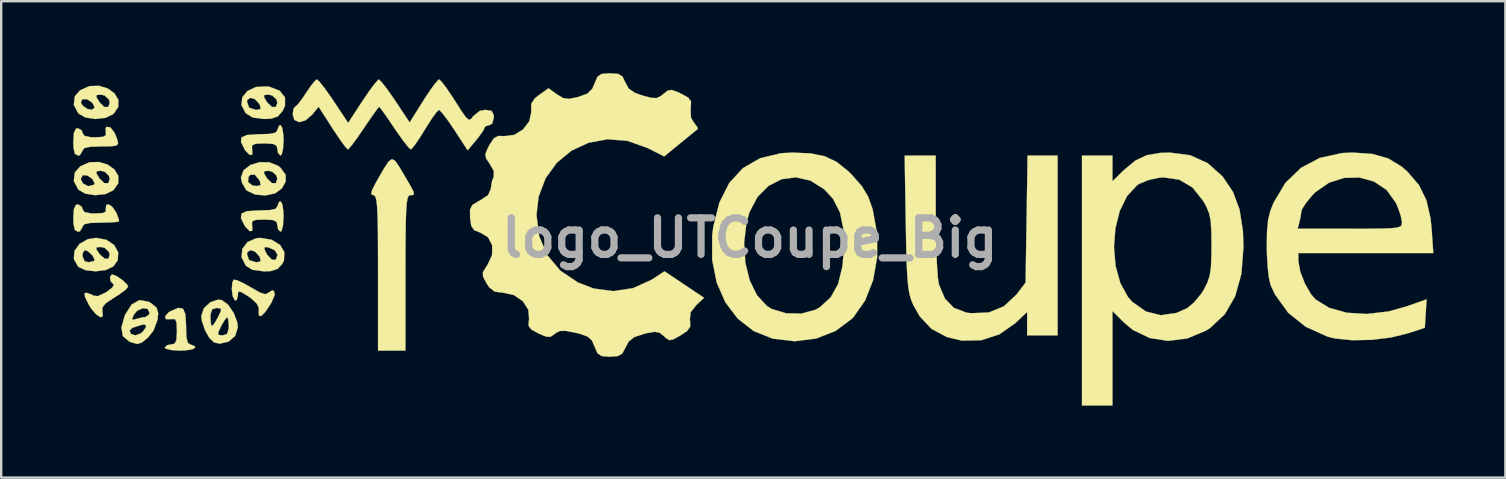
<source format=kicad_pcb>
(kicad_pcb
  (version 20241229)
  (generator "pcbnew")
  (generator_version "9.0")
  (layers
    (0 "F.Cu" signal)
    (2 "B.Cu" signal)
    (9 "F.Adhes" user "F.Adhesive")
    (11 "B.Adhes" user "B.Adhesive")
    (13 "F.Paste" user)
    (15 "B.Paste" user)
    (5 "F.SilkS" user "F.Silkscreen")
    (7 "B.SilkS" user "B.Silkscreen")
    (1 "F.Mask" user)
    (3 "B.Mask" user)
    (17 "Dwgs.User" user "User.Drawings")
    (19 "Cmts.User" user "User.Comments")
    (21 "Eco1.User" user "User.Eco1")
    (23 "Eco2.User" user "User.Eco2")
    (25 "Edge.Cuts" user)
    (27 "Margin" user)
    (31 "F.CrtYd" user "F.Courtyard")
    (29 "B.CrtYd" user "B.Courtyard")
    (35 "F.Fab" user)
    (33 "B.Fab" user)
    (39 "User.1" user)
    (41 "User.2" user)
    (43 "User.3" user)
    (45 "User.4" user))
  (footprint "logo_UTCoupe_Big"
    (layer "F.Cu")
    (at 28.199 6.863)
    (property "Reference" "logo_UTCoupe_Big" (at 0 0 0) (layer "F.Fab") (effects (font (size 1.524 1.524) (thickness 0.3))))
    (attr through_hole)
    (fp_poly (pts (xy -26.566 -1.293) (xy -26.402 -1.05) (xy -26.298 -0.777) (xy -26.289 -0.69) (xy -26.404 -0.661) (xy -26.704 -0.641) (xy -27.051 -0.635) (xy -27.493 -0.62) (xy -27.731 -0.569) (xy -27.811 -0.467) (xy -27.813 -0.445) (xy -27.915 -0.276) (xy -28.003 -0.254) (xy -28.129 -0.329) (xy -28.186 -0.583) (xy -28.194 -0.826) (xy -28.169 -1.202) (xy -28.084 -1.374) (xy -28.003 -1.397) (xy -27.835 -1.295) (xy -27.813 -1.206) (xy -27.731 -1.076) (xy -27.459 -1.02) (xy -27.291 -1.016) (xy -26.96 -1.035) (xy -26.833 -1.107) (xy -26.843 -1.206) (xy -26.823 -1.37) (xy -26.726 -1.397) (xy -26.566 -1.293)) (stroke (width 0.01) (type solid)) (fill yes) (layer "F.SilkS"))
    (fp_poly (pts (xy -26.644 -4.602) (xy -26.472 -4.376) (xy -26.359 -4.096) (xy -26.326 -3.938) (xy -26.385 -3.853) (xy -26.588 -3.817) (xy -26.986 -3.81) (xy -27.042 -3.81) (xy -27.488 -3.796) (xy -27.728 -3.745) (xy -27.811 -3.645) (xy -27.813 -3.619) (xy -27.915 -3.451) (xy -28.003 -3.429) (xy -28.129 -3.504) (xy -28.186 -3.758) (xy -28.194 -4) (xy -28.169 -4.377) (xy -28.084 -4.549) (xy -28.003 -4.572) (xy -27.835 -4.47) (xy -27.813 -4.381) (xy -27.731 -4.251) (xy -27.459 -4.195) (xy -27.291 -4.191) (xy -26.959 -4.211) (xy -26.832 -4.284) (xy -26.841 -4.377) (xy -26.848 -4.577) (xy -26.806 -4.63) (xy -26.644 -4.602)) (stroke (width 0.01) (type solid)) (fill yes) (layer "F.SilkS"))
    (fp_poly (pts (xy -26.38 1.597) (xy -26.139 1.764) (xy -25.952 1.945) (xy -25.908 2.034) (xy -26.009 2.157) (xy -26.267 2.35) (xy -26.483 2.486) (xy -26.831 2.716) (xy -26.983 2.898) (xy -26.983 3.062) (xy -26.963 3.27) (xy -27.063 3.307) (xy -27.239 3.193) (xy -27.446 2.951) (xy -27.544 2.794) (xy -27.705 2.469) (xy -27.722 2.313) (xy -27.656 2.286) (xy -27.41 2.368) (xy -27.361 2.407) (xy -27.169 2.428) (xy -26.836 2.273) (xy -26.808 2.255) (xy -26.574 2.077) (xy -26.5 1.954) (xy -26.523 1.933) (xy -26.64 1.808) (xy -26.666 1.628) (xy -26.585 1.525) (xy -26.571 1.524) (xy -26.38 1.597)) (stroke (width 0.01) (type solid)) (fill yes) (layer "F.SilkS"))
    (fp_poly (pts (xy -23.623 2.95) (xy -23.525 3.176) (xy -23.495 3.623) (xy -23.495 3.683) (xy -23.48 4.125) (xy -23.429 4.363) (xy -23.327 4.443) (xy -23.305 4.445) (xy -23.135 4.514) (xy -23.114 4.572) (xy -23.228 4.644) (xy -23.52 4.69) (xy -23.749 4.699) (xy -24.111 4.676) (xy -24.341 4.618) (xy -24.384 4.572) (xy -24.278 4.469) (xy -24.13 4.445) (xy -23.97 4.407) (xy -23.895 4.249) (xy -23.876 3.906) (xy -23.876 3.885) (xy -23.889 3.541) (xy -23.948 3.393) (xy -24.084 3.381) (xy -24.13 3.392) (xy -24.337 3.388) (xy -24.368 3.269) (xy -24.221 3.103) (xy -24.138 3.052) (xy -23.819 2.918) (xy -23.623 2.95)) (stroke (width 0.01) (type solid)) (fill yes) (layer "F.SilkS"))
    (fp_poly (pts (xy -21.375 1.765) (xy -21.091 1.895) (xy -20.803 2.059) (xy -20.418 2.277) (xy -20.188 2.349) (xy -20.07 2.292) (xy -20.068 2.288) (xy -19.906 2.19) (xy -19.833 2.21) (xy -19.796 2.375) (xy -19.94 2.703) (xy -19.958 2.734) (xy -20.194 3.09) (xy -20.368 3.264) (xy -20.457 3.235) (xy -20.462 3.214) (xy -20.466 3.004) (xy -20.461 2.921) (xy -20.55 2.738) (xy -20.791 2.514) (xy -20.891 2.444) (xy -21.172 2.269) (xy -21.299 2.229) (xy -21.334 2.321) (xy -21.336 2.419) (xy -21.385 2.596) (xy -21.463 2.603) (xy -21.552 2.431) (xy -21.589 2.14) (xy -21.567 1.861) (xy -21.514 1.744) (xy -21.375 1.765)) (stroke (width 0.01) (type solid)) (fill yes) (layer "F.SilkS"))
    (fp_poly (pts (xy -19.486 -4.585) (xy -19.44 -4.293) (xy -19.431 -4.064) (xy -19.454 -3.702) (xy -19.512 -3.472) (xy -19.558 -3.429) (xy -19.661 -3.535) (xy -19.685 -3.683) (xy -19.723 -3.843) (xy -19.881 -3.918) (xy -20.224 -3.937) (xy -20.245 -3.937) (xy -20.589 -3.924) (xy -20.737 -3.865) (xy -20.749 -3.729) (xy -20.738 -3.683) (xy -20.732 -3.471) (xy -20.841 -3.453) (xy -21.015 -3.627) (xy -21.051 -3.681) (xy -21.207 -3.993) (xy -21.184 -4.187) (xy -20.959 -4.287) (xy -20.51 -4.318) (xy -20.447 -4.318) (xy -20.005 -4.333) (xy -19.767 -4.384) (xy -19.687 -4.486) (xy -19.685 -4.508) (xy -19.616 -4.678) (xy -19.558 -4.699) (xy -19.486 -4.585)) (stroke (width 0.01) (type solid)) (fill yes) (layer "F.SilkS"))
    (fp_poly (pts (xy -19.486 -1.41) (xy -19.44 -1.118) (xy -19.431 -0.889) (xy -19.454 -0.527) (xy -19.512 -0.297) (xy -19.558 -0.254) (xy -19.661 -0.36) (xy -19.685 -0.508) (xy -19.723 -0.668) (xy -19.881 -0.743) (xy -20.224 -0.762) (xy -20.245 -0.762) (xy -20.589 -0.749) (xy -20.737 -0.69) (xy -20.749 -0.554) (xy -20.738 -0.508) (xy -20.732 -0.296) (xy -20.841 -0.278) (xy -21.015 -0.452) (xy -21.051 -0.506) (xy -21.207 -0.818) (xy -21.184 -1.012) (xy -20.959 -1.112) (xy -20.51 -1.143) (xy -20.447 -1.143) (xy -20.005 -1.158) (xy -19.767 -1.209) (xy -19.687 -1.311) (xy -19.685 -1.333) (xy -19.616 -1.503) (xy -19.558 -1.524) (xy -19.486 -1.41)) (stroke (width 0.01) (type solid)) (fill yes) (layer "F.SilkS"))
    (fp_poly (pts (xy -14.775 -3.206) (xy -14.605 -2.954) (xy -14.432 -2.662) (xy -14.174 -2.226) (xy -14.032 -1.963) (xy -13.994 -1.831) (xy -14.044 -1.784) (xy -14.161 -1.778) (xy -14.219 -1.749) (xy -14.265 -1.645) (xy -14.299 -1.437) (xy -14.323 -1.099) (xy -14.339 -0.601) (xy -14.347 0.082) (xy -14.351 0.979) (xy -14.351 1.46) (xy -14.351 4.699) (xy -15.494 4.699) (xy -15.494 1.46) (xy -15.496 0.461) (xy -15.501 -0.313) (xy -15.513 -0.889) (xy -15.533 -1.295) (xy -15.561 -1.558) (xy -15.601 -1.707) (xy -15.653 -1.77) (xy -15.69 -1.778) (xy -15.779 -1.822) (xy -15.748 -1.982) (xy -15.585 -2.301) (xy -15.54 -2.381) (xy -15.251 -2.883) (xy -15.056 -3.181) (xy -14.911 -3.285) (xy -14.775 -3.206)) (stroke (width 0.01) (type solid)) (fill yes) (layer "F.SilkS"))
    (fp_poly (pts (xy -26.804 0.085) (xy -26.486 0.304) (xy -26.322 0.605) (xy -26.342 0.933) (xy -26.521 1.187) (xy -26.835 1.339) (xy -27.258 1.394) (xy -27.678 1.35) (xy -27.983 1.208) (xy -27.994 1.197) (xy -28.173 0.877) (xy -28.163 0.762) (xy -27.813 0.762) (xy -27.723 0.974) (xy -27.559 1.016) (xy -27.352 0.973) (xy -27.305 0.914) (xy -27.396 0.731) (xy -27.587 0.557) (xy -27.711 0.508) (xy -27.794 0.615) (xy -27.813 0.762) (xy -28.163 0.762) (xy -28.142 0.543) (xy -28.098 0.48) (xy -27.233 0.48) (xy -27.089 0.689) (xy -26.881 0.871) (xy -26.723 0.866) (xy -26.681 0.692) (xy -26.713 0.58) (xy -26.887 0.417) (xy -27.053 0.381) (xy -27.228 0.395) (xy -27.233 0.48) (xy -28.098 0.48) (xy -27.934 0.25) (xy -27.585 0.053) (xy -27.241 0) (xy -26.804 0.085)) (stroke (width 0.01) (type solid)) (fill yes) (layer "F.SilkS"))
    (fp_poly (pts (xy -26.76 -6.227) (xy -26.476 -6.021) (xy -26.315 -5.752) (xy -26.32 -5.451) (xy -26.521 -5.163) (xy -26.85 -5.001) (xy -27.279 -4.953) (xy -27.696 -5.018) (xy -27.984 -5.185) (xy -28.173 -5.543) (xy -28.161 -5.643) (xy -27.881 -5.643) (xy -27.804 -5.513) (xy -27.607 -5.371) (xy -27.406 -5.339) (xy -27.306 -5.433) (xy -27.305 -5.445) (xy -27.402 -5.633) (xy -27.61 -5.772) (xy -27.808 -5.782) (xy -27.814 -5.778) (xy -27.881 -5.643) (xy -28.161 -5.643) (xy -28.137 -5.86) (xy -27.229 -5.86) (xy -27.099 -5.645) (xy -26.899 -5.455) (xy -26.735 -5.456) (xy -26.677 -5.626) (xy -26.713 -5.77) (xy -26.888 -5.933) (xy -27.05 -5.969) (xy -27.221 -5.953) (xy -27.229 -5.86) (xy -28.137 -5.86) (xy -28.132 -5.896) (xy -27.912 -6.152) (xy -27.522 -6.324) (xy -27.123 -6.338) (xy -26.76 -6.227)) (stroke (width 0.01) (type solid)) (fill yes) (layer "F.SilkS"))
    (fp_poly (pts (xy -26.76 -3.052) (xy -26.476 -2.846) (xy -26.315 -2.577) (xy -26.32 -2.276) (xy -26.521 -1.988) (xy -26.85 -1.826) (xy -27.279 -1.778) (xy -27.696 -1.843) (xy -27.984 -2.01) (xy -28.173 -2.368) (xy -28.163 -2.452) (xy -27.884 -2.452) (xy -27.798 -2.271) (xy -27.597 -2.163) (xy -27.545 -2.159) (xy -27.346 -2.208) (xy -27.305 -2.27) (xy -27.399 -2.454) (xy -27.602 -2.596) (xy -27.793 -2.615) (xy -27.802 -2.61) (xy -27.884 -2.452) (xy -28.163 -2.452) (xy -28.137 -2.685) (xy -27.229 -2.685) (xy -27.099 -2.47) (xy -26.899 -2.28) (xy -26.735 -2.281) (xy -26.677 -2.451) (xy -26.713 -2.595) (xy -26.888 -2.758) (xy -27.05 -2.794) (xy -27.221 -2.778) (xy -27.229 -2.685) (xy -28.137 -2.685) (xy -28.132 -2.721) (xy -27.912 -2.977) (xy -27.522 -3.149) (xy -27.123 -3.163) (xy -26.76 -3.052)) (stroke (width 0.01) (type solid)) (fill yes) (layer "F.SilkS"))
    (fp_poly (pts (xy 7.748 -0.984) (xy 7.755 -0.187) (xy 7.774 0.553) (xy 7.803 1.187) (xy 7.839 1.665) (xy 7.881 1.937) (xy 8.131 2.532) (xy 8.504 2.917) (xy 9.028 3.115) (xy 9.219 3.141) (xy 9.962 3.108) (xy 10.589 2.852) (xy 11.108 2.367) (xy 11.128 2.341) (xy 11.493 1.862) (xy 11.534 -0.784) (xy 11.575 -3.429) (xy 12.827 -3.429) (xy 12.827 4.064) (xy 11.557 4.064) (xy 11.557 3.087) (xy 11.072 3.549) (xy 10.401 4.021) (xy 9.639 4.268) (xy 8.828 4.282) (xy 8.211 4.133) (xy 7.574 3.795) (xy 7.082 3.273) (xy 6.812 2.794) (xy 6.724 2.584) (xy 6.656 2.355) (xy 6.606 2.07) (xy 6.569 1.691) (xy 6.541 1.18) (xy 6.521 0.499) (xy 6.503 -0.39) (xy 6.499 -0.603) (xy 6.453 -3.429) (xy 7.747 -3.429) (xy 7.748 -0.984)) (stroke (width 0.01) (type solid)) (fill yes) (layer "F.SilkS"))
    (fp_poly (pts (xy -20.023 -3.149) (xy -19.658 -3.004) (xy -19.558 -2.921) (xy -19.342 -2.627) (xy -19.345 -2.342) (xy -19.502 -2.06) (xy -19.782 -1.855) (xy -20.186 -1.768) (xy -20.61 -1.803) (xy -20.951 -1.964) (xy -20.999 -2.01) (xy -21.166 -2.301) (xy -21.172 -2.33) (xy -20.911 -2.33) (xy -20.734 -2.186) (xy -20.562 -2.159) (xy -20.39 -2.194) (xy -20.411 -2.343) (xy -20.447 -2.413) (xy -20.636 -2.637) (xy -20.819 -2.625) (xy -20.892 -2.54) (xy -20.911 -2.33) (xy -21.172 -2.33) (xy -21.209 -2.511) (xy -21.146 -2.685) (xy -20.244 -2.685) (xy -20.114 -2.47) (xy -19.914 -2.28) (xy -19.75 -2.281) (xy -19.692 -2.451) (xy -19.728 -2.595) (xy -19.903 -2.758) (xy -20.065 -2.794) (xy -20.236 -2.778) (xy -20.244 -2.685) (xy -21.146 -2.685) (xy -21.099 -2.817) (xy -20.816 -3.037) (xy -20.433 -3.154) (xy -20.023 -3.149)) (stroke (width 0.01) (type solid)) (fill yes) (layer "F.SilkS"))
    (fp_poly (pts (xy -20.021 -6.298) (xy -19.594 -6.132) (xy -19.371 -5.854) (xy -19.371 -5.499) (xy -19.479 -5.276) (xy -19.673 -5.061) (xy -19.943 -4.968) (xy -20.24 -4.953) (xy -20.719 -5.015) (xy -21.009 -5.197) (xy -21.188 -5.533) (xy -21.172 -5.673) (xy -20.955 -5.673) (xy -20.866 -5.424) (xy -20.586 -5.335) (xy -20.548 -5.334) (xy -20.387 -5.37) (xy -20.414 -5.524) (xy -20.447 -5.588) (xy -20.623 -5.78) (xy -20.818 -5.838) (xy -20.944 -5.745) (xy -20.955 -5.673) (xy -21.172 -5.673) (xy -21.152 -5.855) (xy -21.148 -5.86) (xy -20.244 -5.86) (xy -20.114 -5.645) (xy -19.914 -5.455) (xy -19.75 -5.456) (xy -19.692 -5.626) (xy -19.728 -5.77) (xy -19.903 -5.933) (xy -20.065 -5.969) (xy -20.236 -5.953) (xy -20.244 -5.86) (xy -21.148 -5.86) (xy -20.938 -6.121) (xy -20.583 -6.287) (xy -20.125 -6.314) (xy -20.021 -6.298)) (stroke (width 0.01) (type solid)) (fill yes) (layer "F.SilkS"))
    (fp_poly (pts (xy -19.921 0.081) (xy -19.575 0.296) (xy -19.395 0.599) (xy -19.416 0.948) (xy -19.488 1.088) (xy -19.682 1.295) (xy -19.96 1.384) (xy -20.24 1.397) (xy -20.735 1.33) (xy -20.999 1.165) (xy -21.182 0.812) (xy -21.17 0.677) (xy -20.955 0.677) (xy -20.866 0.926) (xy -20.586 1.015) (xy -20.548 1.016) (xy -20.387 0.98) (xy -20.414 0.826) (xy -20.447 0.762) (xy -20.623 0.57) (xy -20.818 0.512) (xy -20.944 0.605) (xy -20.955 0.677) (xy -21.17 0.677) (xy -21.151 0.47) (xy -20.231 0.47) (xy -20.126 0.686) (xy -20.119 0.697) (xy -19.916 0.909) (xy -19.754 0.916) (xy -19.685 0.715) (xy -19.685 0.705) (xy -19.795 0.52) (xy -20.055 0.399) (xy -20.206 0.381) (xy -20.231 0.47) (xy -21.151 0.47) (xy -21.151 0.462) (xy -20.936 0.175) (xy -20.571 0.015) (xy -20.397 0) (xy -19.921 0.081)) (stroke (width 0.01) (type solid)) (fill yes) (layer "F.SilkS"))
    (fp_poly (pts (xy -25.06 2.661) (xy -24.935 2.732) (xy -24.719 2.916) (xy -24.656 3.142) (xy -24.683 3.41) (xy -24.849 3.862) (xy -25.085 4.159) (xy -25.341 4.364) (xy -25.528 4.422) (xy -25.765 4.358) (xy -25.859 4.321) (xy -26.128 4.097) (xy -26.167 3.863) (xy -25.849 3.863) (xy -25.79 4.004) (xy -25.608 4.064) (xy -25.386 3.982) (xy -25.298 3.912) (xy -25.158 3.71) (xy -25.203 3.609) (xy -25.337 3.623) (xy -25.637 3.718) (xy -25.726 3.746) (xy -25.849 3.863) (xy -26.167 3.863) (xy -26.19 3.73) (xy -26.09 3.387) (xy -25.748 3.387) (xy -25.677 3.413) (xy -25.595 3.385) (xy -25.307 3.312) (xy -25.199 3.302) (xy -25.04 3.2) (xy -25.019 3.111) (xy -25.106 2.953) (xy -25.308 2.933) (xy -25.534 3.039) (xy -25.664 3.194) (xy -25.748 3.387) (xy -26.09 3.387) (xy -26.042 3.223) (xy -26.032 3.199) (xy -25.759 2.772) (xy -25.434 2.592) (xy -25.06 2.661)) (stroke (width 0.01) (type solid)) (fill yes) (layer "F.SilkS"))
    (fp_poly (pts (xy -22.005 2.593) (xy -21.745 2.783) (xy -21.511 3.125) (xy -21.361 3.521) (xy -21.336 3.727) (xy -21.446 4.082) (xy -21.724 4.326) (xy -22.091 4.409) (xy -22.323 4.36) (xy -22.522 4.175) (xy -22.654 3.94) (xy -22.156 3.94) (xy -22.143 4.044) (xy -21.986 4.064) (xy -21.974 4.064) (xy -21.786 4.006) (xy -21.72 3.786) (xy -21.717 3.683) (xy -21.734 3.415) (xy -21.777 3.302) (xy -21.777 3.302) (xy -21.87 3.402) (xy -22.016 3.648) (xy -22.035 3.683) (xy -22.156 3.94) (xy -22.654 3.94) (xy -22.709 3.842) (xy -22.835 3.461) (xy -22.854 3.302) (xy -22.479 3.302) (xy -22.462 3.57) (xy -22.419 3.683) (xy -22.419 3.683) (xy -22.326 3.583) (xy -22.18 3.337) (xy -22.162 3.302) (xy -22.04 3.045) (xy -22.053 2.941) (xy -22.21 2.921) (xy -22.222 2.921) (xy -22.41 2.979) (xy -22.476 3.199) (xy -22.479 3.302) (xy -22.854 3.302) (xy -22.86 3.248) (xy -22.752 2.934) (xy -22.49 2.687) (xy -22.166 2.575) (xy -22.005 2.593)) (stroke (width 0.01) (type solid)) (fill yes) (layer "F.SilkS"))
    (fp_poly (pts (xy 2.542 -3.52) (xy 3.134 -3.398) (xy 3.629 -3.16) (xy 4.103 -2.777) (xy 4.262 -2.619) (xy 4.672 -2.152) (xy 4.936 -1.711) (xy 5.119 -1.195) (xy 5.303 -0.189) (xy 5.306 0.814) (xy 5.138 1.763) (xy 4.807 2.609) (xy 4.324 3.3) (xy 4.257 3.369) (xy 3.574 3.879) (xy 2.763 4.196) (xy 1.874 4.308) (xy 0.958 4.201) (xy 0.953 4.199) (xy 0.161 3.883) (xy -0.503 3.368) (xy -1.022 2.683) (xy -1.383 1.856) (xy -1.569 0.914) (xy -1.568 0.209) (xy -0.237 0.209) (xy -0.188 1.029) (xy -0.005 1.771) (xy 0.298 2.389) (xy 0.708 2.835) (xy 0.915 2.963) (xy 1.512 3.144) (xy 2.15 3.155) (xy 2.73 2.998) (xy 2.923 2.889) (xy 3.371 2.477) (xy 3.677 1.927) (xy 3.857 1.206) (xy 3.918 0.53) (xy 3.902 -0.357) (xy 3.757 -1.06) (xy 3.47 -1.623) (xy 3.106 -2.02) (xy 2.526 -2.387) (xy 1.92 -2.523) (xy 1.327 -2.445) (xy 0.782 -2.167) (xy 0.322 -1.706) (xy -0.014 -1.077) (xy -0.138 -0.643) (xy -0.237 0.209) (xy -1.568 0.209) (xy -1.567 -0.113) (xy -1.522 -0.467) (xy -1.267 -1.477) (xy -0.855 -2.292) (xy -0.287 -2.907) (xy 0.431 -3.32) (xy 1.297 -3.528) (xy 1.778 -3.554) (xy 2.542 -3.52)) (stroke (width 0.01) (type solid)) (fill yes) (layer "F.SilkS"))
    (fp_poly (pts (xy 18.353 -3.444) (xy 19.079 -3.116) (xy 19.701 -2.561) (xy 19.705 -2.557) (xy 20.133 -1.923) (xy 20.411 -1.179) (xy 20.551 -0.281) (xy 20.574 0.38) (xy 20.487 1.501) (xy 20.226 2.437) (xy 19.791 3.189) (xy 19.182 3.757) (xy 19.011 3.866) (xy 18.234 4.192) (xy 17.438 4.294) (xy 16.667 4.175) (xy 15.968 3.84) (xy 15.598 3.533) (xy 15.113 3.048) (xy 15.113 6.985) (xy 13.843 6.985) (xy 13.843 0.389) (xy 15.177 0.389) (xy 15.244 1.167) (xy 15.44 1.881) (xy 15.767 2.474) (xy 15.94 2.668) (xy 16.51 3.07) (xy 17.128 3.224) (xy 17.784 3.128) (xy 18.224 2.931) (xy 18.516 2.69) (xy 18.813 2.328) (xy 18.923 2.153) (xy 19.073 1.856) (xy 19.167 1.567) (xy 19.218 1.213) (xy 19.238 0.721) (xy 19.241 0.318) (xy 19.234 -0.286) (xy 19.206 -0.707) (xy 19.143 -1.019) (xy 19.032 -1.293) (xy 18.896 -1.539) (xy 18.449 -2.098) (xy 17.9 -2.424) (xy 17.247 -2.519) (xy 17.049 -2.505) (xy 16.613 -2.409) (xy 16.226 -2.249) (xy 16.146 -2.198) (xy 15.723 -1.745) (xy 15.419 -1.125) (xy 15.236 -0.394) (xy 15.177 0.389) (xy 13.843 0.389) (xy 13.843 -3.429) (xy 15.113 -3.429) (xy 15.113 -2.361) (xy 15.589 -2.824) (xy 16.062 -3.218) (xy 16.538 -3.445) (xy 17.11 -3.542) (xy 17.503 -3.553) (xy 18.353 -3.444)) (stroke (width 0.01) (type solid)) (fill yes) (layer "F.SilkS"))
    (fp_poly (pts (xy 25.943 -3.498) (xy 26.604 -3.311) (xy 27.168 -2.969) (xy 27.411 -2.756) (xy 27.886 -2.2) (xy 28.197 -1.572) (xy 28.372 -0.806) (xy 28.416 -0.36) (xy 28.484 0.635) (xy 22.86 0.635) (xy 22.863 0.984) (xy 22.942 1.414) (xy 23.136 1.91) (xy 23.393 2.355) (xy 23.577 2.567) (xy 24.151 2.918) (xy 24.882 3.121) (xy 25.721 3.172) (xy 26.617 3.066) (xy 27.343 2.865) (xy 28.207 2.56) (xy 28.169 3.153) (xy 28.131 3.747) (xy 27.435 3.977) (xy 26.717 4.153) (xy 25.911 4.25) (xy 25.108 4.266) (xy 24.4 4.196) (xy 24.083 4.119) (xy 23.168 3.707) (xy 22.435 3.12) (xy 21.886 2.357) (xy 21.704 1.968) (xy 21.635 1.673) (xy 21.58 1.205) (xy 21.549 0.644) (xy 21.544 0.381) (xy 21.554 -0.26) (xy 21.565 -0.381) (xy 22.83 -0.381) (xy 25.004 -0.381) (xy 25.793 -0.382) (xy 26.364 -0.388) (xy 26.751 -0.403) (xy 26.991 -0.432) (xy 27.118 -0.48) (xy 27.169 -0.55) (xy 27.178 -0.648) (xy 27.178 -0.658) (xy 27.124 -0.939) (xy 26.987 -1.32) (xy 26.916 -1.476) (xy 26.536 -1.998) (xy 26.018 -2.345) (xy 25.412 -2.514) (xy 24.768 -2.5) (xy 24.138 -2.298) (xy 23.571 -1.905) (xy 23.444 -1.775) (xy 23.186 -1.463) (xy 23.02 -1.208) (xy 22.985 -1.111) (xy 22.953 -0.866) (xy 22.907 -0.667) (xy 22.83 -0.381) (xy 21.565 -0.381) (xy 21.597 -0.73) (xy 21.688 -1.112) (xy 21.825 -1.46) (xy 22.321 -2.291) (xy 22.965 -2.915) (xy 23.753 -3.331) (xy 24.677 -3.534) (xy 25.118 -3.555) (xy 25.943 -3.498)) (stroke (width 0.01) (type solid)) (fill yes) (layer "F.SilkS"))
    (fp_poly (pts (xy -17.932 -6.505) (xy -17.723 -6.242) (xy -17.453 -5.863) (xy -17.342 -5.698) (xy -16.739 -4.792) (xy -16.148 -5.696) (xy -15.87 -6.106) (xy -15.637 -6.42) (xy -15.489 -6.587) (xy -15.463 -6.602) (xy -15.355 -6.504) (xy -15.147 -6.242) (xy -14.879 -5.864) (xy -14.772 -5.707) (xy -14.176 -4.81) (xy -13.615 -5.707) (xy -13.346 -6.118) (xy -13.12 -6.43) (xy -12.974 -6.592) (xy -12.95 -6.604) (xy -12.84 -6.504) (xy -12.637 -6.236) (xy -12.377 -5.852) (xy -12.278 -5.696) (xy -12 -5.26) (xy -11.82 -5.011) (xy -11.703 -4.919) (xy -11.614 -4.956) (xy -11.539 -5.061) (xy -11.256 -5.291) (xy -11.018 -5.334) (xy -10.761 -5.292) (xy -10.673 -5.121) (xy -10.668 -5.016) (xy -10.734 -4.761) (xy -10.858 -4.699) (xy -11.028 -4.645) (xy -11.049 -4.599) (xy -11.124 -4.448) (xy -11.312 -4.187) (xy -11.404 -4.074) (xy -11.759 -3.649) (xy -12.308 -4.491) (xy -12.577 -4.887) (xy -12.8 -5.182) (xy -12.938 -5.327) (xy -12.955 -5.334) (xy -13.062 -5.233) (xy -13.257 -4.965) (xy -13.499 -4.584) (xy -13.543 -4.511) (xy -13.79 -4.116) (xy -13.994 -3.824) (xy -14.117 -3.689) (xy -14.128 -3.685) (xy -14.236 -3.783) (xy -14.444 -4.045) (xy -14.712 -4.422) (xy -14.813 -4.572) (xy -15.087 -4.977) (xy -15.305 -5.285) (xy -15.432 -5.448) (xy -15.448 -5.461) (xy -15.533 -5.363) (xy -15.722 -5.101) (xy -15.98 -4.726) (xy -16.083 -4.572) (xy -16.361 -4.167) (xy -16.589 -3.859) (xy -16.729 -3.697) (xy -16.751 -3.684) (xy -16.85 -3.784) (xy -17.047 -4.05) (xy -17.305 -4.43) (xy -17.399 -4.575) (xy -17.971 -5.464) (xy -18.229 -5.145) (xy -18.513 -4.898) (xy -18.785 -4.822) (xy -18.984 -4.917) (xy -19.05 -5.144) (xy -19.017 -5.382) (xy -18.955 -5.461) (xy -18.839 -5.56) (xy -18.645 -5.813) (xy -18.499 -6.033) (xy -18.28 -6.352) (xy -18.106 -6.56) (xy -18.041 -6.604) (xy -17.932 -6.505)) (stroke (width 0.01) (type solid)) (fill yes) (layer "F.SilkS"))
    (fp_poly (pts (xy -5.486 -6.834) (xy -5.304 -6.723) (xy -5.189 -6.481) (xy -5.045 -6.219) (xy -4.787 -6.043) (xy -4.466 -5.93) (xy -4.096 -5.834) (xy -3.87 -5.828) (xy -3.693 -5.921) (xy -3.605 -5.995) (xy -3.418 -6.141) (xy -3.251 -6.166) (xy -3 -6.074) (xy -2.864 -6.01) (xy -2.565 -5.845) (xy -2.449 -5.683) (xy -2.461 -5.443) (xy -2.467 -5.412) (xy -2.452 -5.006) (xy -2.33 -4.805) (xy -2.189 -4.616) (xy -2.17 -4.533) (xy -2.288 -4.44) (xy -2.546 -4.231) (xy -2.89 -3.95) (xy -2.896 -3.945) (xy -3.569 -3.394) (xy -4.273 -3.75) (xy -5.104 -4.044) (xy -5.93 -4.109) (xy -6.718 -3.965) (xy -7.433 -3.633) (xy -8.042 -3.133) (xy -8.51 -2.486) (xy -8.803 -1.713) (xy -8.89 -0.953) (xy -8.775 -0.058) (xy -8.44 0.721) (xy -7.899 1.365) (xy -7.167 1.856) (xy -6.514 2.109) (xy -5.689 2.22) (xy -4.86 2.094) (xy -4.08 1.739) (xy -4.032 1.707) (xy -3.555 1.393) (xy -2.731 1.945) (xy -1.907 2.498) (xy -2.233 2.804) (xy -2.465 3.098) (xy -2.5 3.401) (xy -2.491 3.451) (xy -2.482 3.693) (xy -2.608 3.877) (xy -2.883 4.062) (xy -3.179 4.227) (xy -3.352 4.264) (xy -3.497 4.177) (xy -3.583 4.093) (xy -3.759 3.953) (xy -3.958 3.915) (xy -4.274 3.968) (xy -4.416 4.003) (xy -4.813 4.136) (xy -5.044 4.318) (xy -5.172 4.553) (xy -5.313 4.818) (xy -5.509 4.93) (xy -5.833 4.953) (xy -6.166 4.93) (xy -6.344 4.816) (xy -6.464 4.549) (xy -6.47 4.53) (xy -6.585 4.269) (xy -6.765 4.111) (xy -7.087 3.998) (xy -7.261 3.956) (xy -7.666 3.877) (xy -7.914 3.879) (xy -8.088 3.967) (xy -8.132 4.004) (xy -8.298 4.12) (xy -8.478 4.12) (xy -8.771 4.001) (xy -8.815 3.98) (xy -9.111 3.816) (xy -9.223 3.656) (xy -9.205 3.416) (xy -9.199 3.392) (xy -9.23 2.998) (xy -9.457 2.644) (xy -9.824 2.387) (xy -10.274 2.286) (xy -10.283 2.286) (xy -10.634 2.241) (xy -10.864 2.057) (xy -10.973 1.892) (xy -11.118 1.618) (xy -11.125 1.432) (xy -10.988 1.206) (xy -10.942 1.144) (xy -10.743 0.72) (xy -10.737 0.309) (xy -10.911 -0.027) (xy -11.222 -0.212) (xy -11.485 -0.319) (xy -11.609 -0.499) (xy -11.658 -0.835) (xy -11.662 -1.174) (xy -11.566 -1.37) (xy -11.31 -1.528) (xy -11.246 -1.559) (xy -10.911 -1.78) (xy -10.794 -2.033) (xy -10.793 -2.062) (xy -10.743 -2.374) (xy -10.678 -2.529) (xy -10.665 -2.776) (xy -10.828 -3.066) (xy -10.992 -3.31) (xy -11.022 -3.494) (xy -10.922 -3.737) (xy -10.858 -3.859) (xy -10.673 -4.144) (xy -10.481 -4.249) (xy -10.233 -4.239) (xy -9.82 -4.291) (xy -9.45 -4.519) (xy -9.189 -4.861) (xy -9.107 -5.252) (xy -9.112 -5.298) (xy -9.109 -5.592) (xy -8.958 -5.816) (xy -8.778 -5.958) (xy -8.389 -6.236) (xy -8.036 -5.981) (xy -7.779 -5.826) (xy -7.535 -5.791) (xy -7.184 -5.863) (xy -7.145 -5.873) (xy -6.775 -6.01) (xy -6.569 -6.207) (xy -6.468 -6.439) (xy -6.351 -6.712) (xy -6.18 -6.831) (xy -5.86 -6.858) (xy -5.826 -6.858) (xy -5.486 -6.834)) (stroke (width 0.01) (type solid)) (fill yes) (layer "F.SilkS")))
  (gr_rect
    (start -3 -3)
    (end 59.688 16.853)
    (stroke (width 0.1) (type default))
    (fill no)
    (layer "Edge.Cuts")))
</source>
